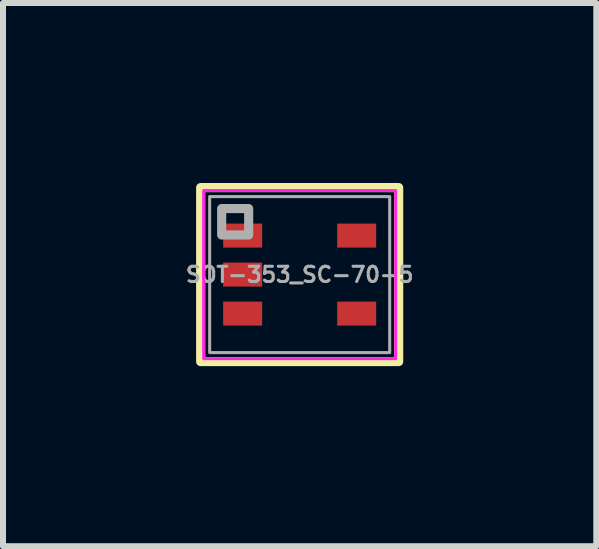
<source format=kicad_pcb>
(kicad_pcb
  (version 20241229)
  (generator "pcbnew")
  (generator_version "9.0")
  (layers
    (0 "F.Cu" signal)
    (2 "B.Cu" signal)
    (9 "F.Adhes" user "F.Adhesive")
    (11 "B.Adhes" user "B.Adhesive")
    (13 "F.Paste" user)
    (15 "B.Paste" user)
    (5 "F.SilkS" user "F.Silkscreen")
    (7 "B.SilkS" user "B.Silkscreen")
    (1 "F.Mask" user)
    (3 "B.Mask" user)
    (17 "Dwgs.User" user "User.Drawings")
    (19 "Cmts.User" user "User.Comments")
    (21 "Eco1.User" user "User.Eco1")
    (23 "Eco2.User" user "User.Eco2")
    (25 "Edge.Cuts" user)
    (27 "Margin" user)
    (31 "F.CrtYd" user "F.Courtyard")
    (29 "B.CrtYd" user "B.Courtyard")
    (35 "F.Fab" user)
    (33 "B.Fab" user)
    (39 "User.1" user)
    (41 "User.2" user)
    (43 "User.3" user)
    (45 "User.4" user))
  (footprint "SOT-353_SC-70-5"
    (layer "F.Cu")
    (at 1.944 1.526)
    (property "Reference" "SOT-353_SC-70-5" (at 0 0 180) (layer "F.Fab") (effects (font (size 0.254 0.254) (thickness 0.051))))
    (attr smd)
    (fp_rect (start -1.65 -1.45) (end 1.65 1.45) (stroke (width 0.152) (type solid)) (fill no) (layer "F.SilkS"))
    (fp_rect (start -1.6 -1.4) (end 1.6 1.4) (stroke (width 0.05) (type solid)) (fill no) (layer "F.CrtYd"))
    (fp_rect (start -1.5 -1.3) (end 1.5 1.3) (stroke (width 0.051) (type solid)) (fill no) (layer "F.Fab"))
    (fp_rect (start -1.3 -0.66) (end -0.85 -1.1) (stroke (width 0.152) (type solid)) (fill no) (layer "F.Fab"))
    (pad "1" smd rect (at -0.95 -0.65) (size 0.65 0.4) (layers "F.Cu" "F.Mask" "F.Paste"))
    (pad "2" smd rect (at -0.95 0) (size 0.65 0.4) (layers "F.Cu" "F.Mask" "F.Paste"))
    (pad "3" smd rect (at -0.95 0.65) (size 0.65 0.4) (layers "F.Cu" "F.Mask" "F.Paste"))
    (pad "4" smd rect (at 0.95 0.65) (size 0.65 0.4) (layers "F.Cu" "F.Mask" "F.Paste"))
    (pad "5" smd rect (at 0.95 -0.65) (size 0.65 0.4) (layers "F.Cu" "F.Mask" "F.Paste")))
  (gr_rect
    (start -3 -3)
    (end 6.887 6.052)
    (stroke (width 0.1) (type default))
    (fill no)
    (layer "Edge.Cuts")))
</source>
